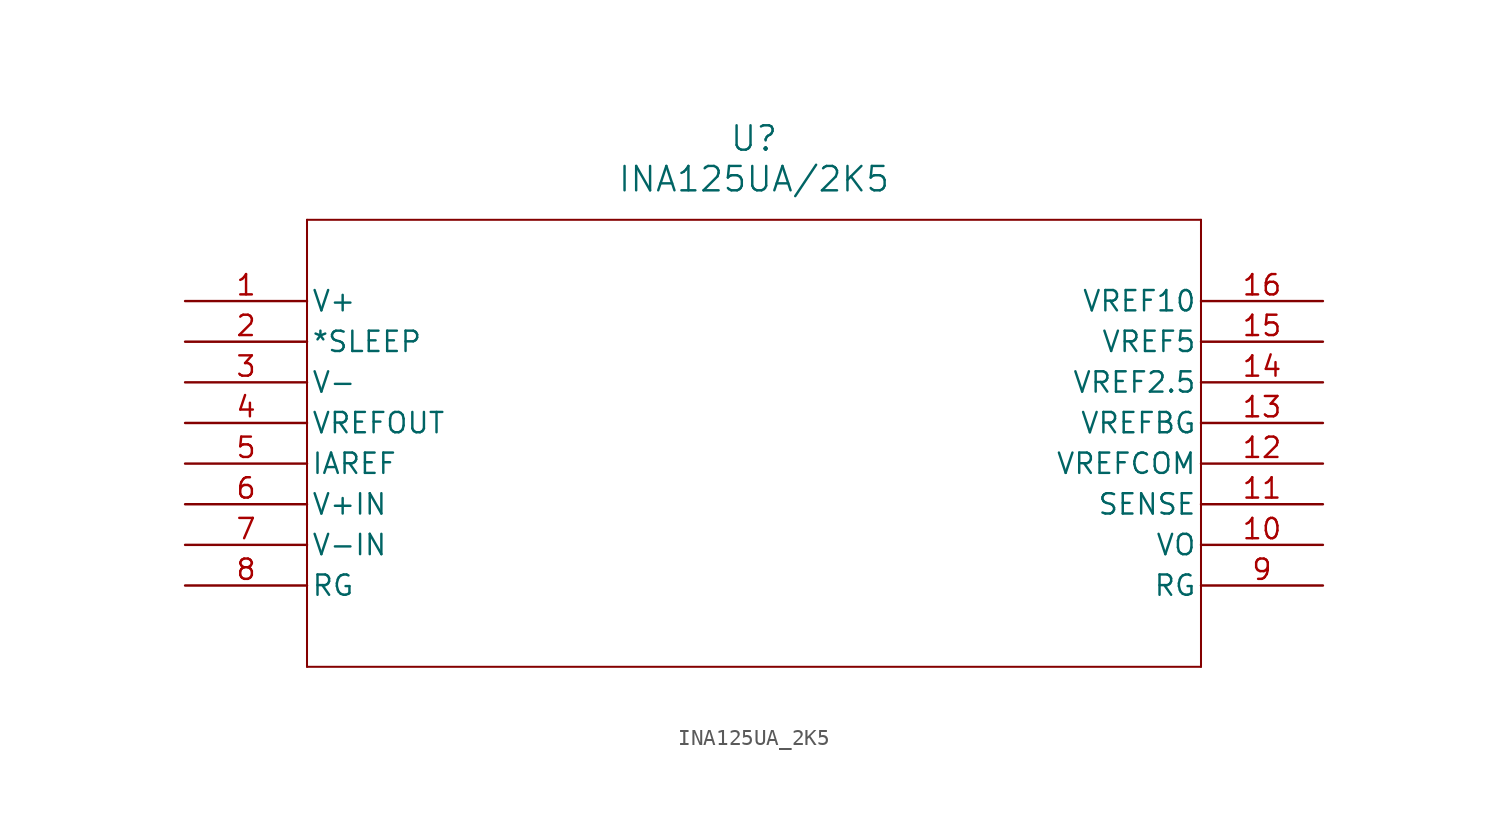
<source format=kicad_sym>
(kicad_symbol_lib
  (version 20211014)
  (generator kicad_symbol_editor)
  (symbol "INA125UA_2K5"
    (pin_names
      (offset 0.254))
    (property "Reference" "U"
      (at 35.56 10.16 0)
      (effects (font (size 1.524 1.524))))
    (property "Value" "INA125UA/2K5"
      (at 35.56 7.62 0)
      (effects (font (size 1.524 1.524))))
    (symbol "INA125UA_2K5_0_1"
      (polyline (pts (xy 7.62 5.08) (xy 7.62 -22.86)) (stroke (width 0.127) (type default) (color 0 0 0 0)) (fill (type none)))
      (polyline (pts (xy 7.62 -22.86) (xy 63.5 -22.86)) (stroke (width 0.127) (type default) (color 0 0 0 0)) (fill (type none)))
      (polyline (pts (xy 63.5 -22.86) (xy 63.5 5.08)) (stroke (width 0.127) (type default) (color 0 0 0 0)) (fill (type none)))
      (polyline (pts (xy 63.5 5.08) (xy 7.62 5.08)) (stroke (width 0.127) (type default) (color 0 0 0 0)) (fill (type none)))
      (pin power_in line (at 0 0 0) (length 7.62) (name "V+" (effects (font (size 1.27 1.27)))) (number "1" (effects (font (size 1.27 1.27)))))
      (pin unspecified line (at 0 -2.54 0) (length 7.62) (name "*SLEEP" (effects (font (size 1.27 1.27)))) (number "2" (effects (font (size 1.27 1.27)))))
      (pin power_in line (at 0 -5.08 0) (length 7.62) (name "V-" (effects (font (size 1.27 1.27)))) (number "3" (effects (font (size 1.27 1.27)))))
      (pin output line (at 0 -7.62 0) (length 7.62) (name "VREFOUT" (effects (font (size 1.27 1.27)))) (number "4" (effects (font (size 1.27 1.27)))))
      (pin unspecified line (at 0 -10.16 0) (length 7.62) (name "IAREF" (effects (font (size 1.27 1.27)))) (number "5" (effects (font (size 1.27 1.27)))))
      (pin input line (at 0 -12.7 0) (length 7.62) (name "V+IN" (effects (font (size 1.27 1.27)))) (number "6" (effects (font (size 1.27 1.27)))))
      (pin input line (at 0 -15.24 0) (length 7.62) (name "V-IN" (effects (font (size 1.27 1.27)))) (number "7" (effects (font (size 1.27 1.27)))))
      (pin unspecified line (at 0 -17.78 0) (length 7.62) (name "RG" (effects (font (size 1.27 1.27)))) (number "8" (effects (font (size 1.27 1.27)))))
      (pin unspecified line (at 71.12 -17.78 180) (length 7.62) (name "RG" (effects (font (size 1.27 1.27)))) (number "9" (effects (font (size 1.27 1.27)))))
      (pin output line (at 71.12 -15.24 180) (length 7.62) (name "VO" (effects (font (size 1.27 1.27)))) (number "10" (effects (font (size 1.27 1.27)))))
      (pin unspecified line (at 71.12 -12.7 180) (length 7.62) (name "SENSE" (effects (font (size 1.27 1.27)))) (number "11" (effects (font (size 1.27 1.27)))))
      (pin power_in line (at 71.12 -10.16 180) (length 7.62) (name "VREFCOM" (effects (font (size 1.27 1.27)))) (number "12" (effects (font (size 1.27 1.27)))))
      (pin power_in line (at 71.12 -7.62 180) (length 7.62) (name "VREFBG" (effects (font (size 1.27 1.27)))) (number "13" (effects (font (size 1.27 1.27)))))
      (pin power_in line (at 71.12 -5.08 180) (length 7.62) (name "VREF2.5" (effects (font (size 1.27 1.27)))) (number "14" (effects (font (size 1.27 1.27)))))
      (pin power_in line (at 71.12 -2.54 180) (length 7.62) (name "VREF5" (effects (font (size 1.27 1.27)))) (number "15" (effects (font (size 1.27 1.27)))))
      (pin power_in line (at 71.12 0 180) (length 7.62) (name "VREF10" (effects (font (size 1.27 1.27)))) (number "16" (effects (font (size 1.27 1.27))))))))
</source>
